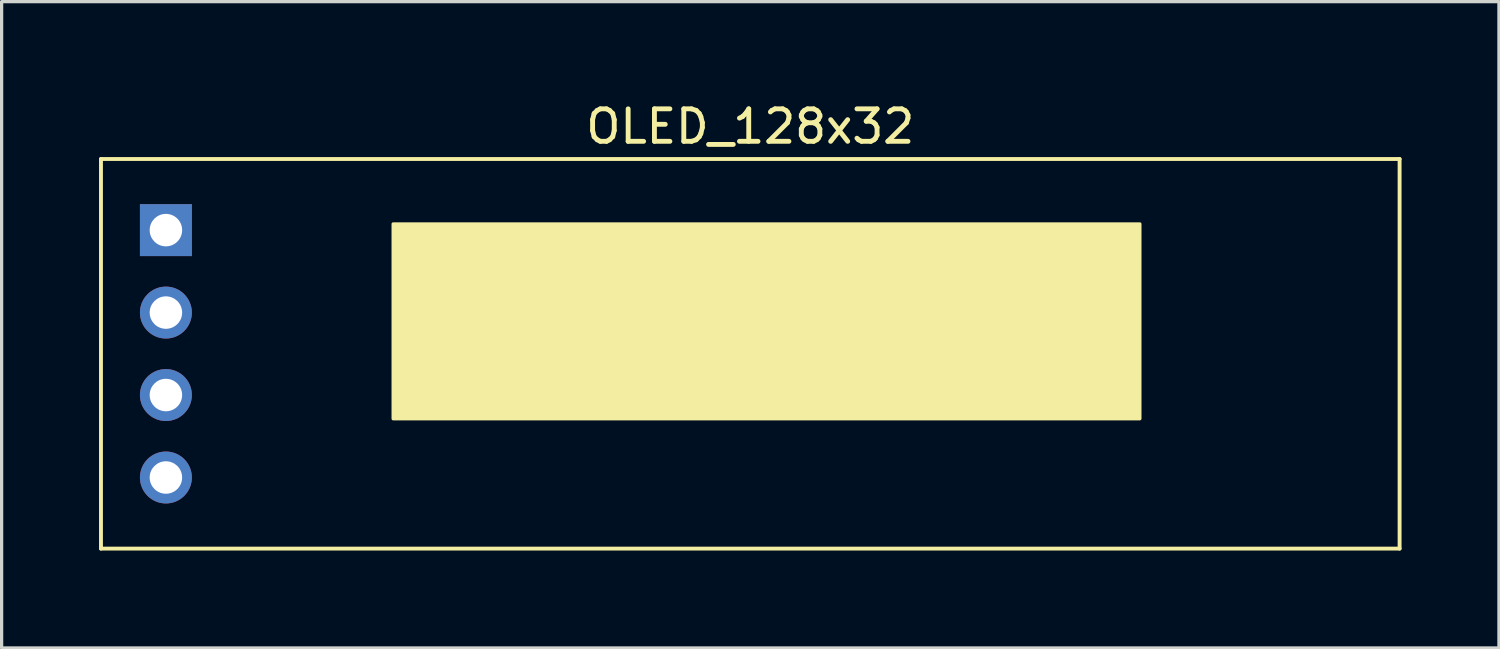
<source format=kicad_pcb>
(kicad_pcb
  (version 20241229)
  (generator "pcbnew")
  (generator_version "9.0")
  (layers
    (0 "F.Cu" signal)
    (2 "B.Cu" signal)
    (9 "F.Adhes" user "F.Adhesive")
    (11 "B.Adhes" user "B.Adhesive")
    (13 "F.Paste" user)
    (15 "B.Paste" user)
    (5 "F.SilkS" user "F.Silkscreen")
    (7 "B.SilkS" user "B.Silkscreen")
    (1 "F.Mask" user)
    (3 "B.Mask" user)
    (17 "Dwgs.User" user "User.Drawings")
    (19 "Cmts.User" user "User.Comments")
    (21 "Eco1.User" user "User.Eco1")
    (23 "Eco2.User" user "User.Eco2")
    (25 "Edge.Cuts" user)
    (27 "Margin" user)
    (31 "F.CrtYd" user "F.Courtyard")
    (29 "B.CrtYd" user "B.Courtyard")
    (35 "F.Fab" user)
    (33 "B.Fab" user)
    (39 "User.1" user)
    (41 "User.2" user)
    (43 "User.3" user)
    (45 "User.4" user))
  (footprint "OLED_128x32"
    (layer "F.Cu")
    (at 20.06 7.848)
    (property "Reference" "OLED_128x32" (at 0 -7 0) (layer "F.SilkS") (effects (font (size 1 1) (thickness 0.15))))
    (attr through_hole)
    (fp_line (start -20 -6) (end 20 -6) (stroke (width 0.12) (type solid)) (layer "F.SilkS"))
    (fp_line (start -20 6) (end -20 -6) (stroke (width 0.12) (type solid)) (layer "F.SilkS"))
    (fp_line (start 20 -6) (end 20 6) (stroke (width 0.12) (type solid)) (layer "F.SilkS"))
    (fp_line (start 20 6) (end -20 6) (stroke (width 0.12) (type solid)) (layer "F.SilkS"))
    (fp_poly (pts (xy 12 2) (xy -11 2) (xy -11 -4) (xy 12 -4)) (stroke (width 0.1) (type solid)) (fill yes) (layer "F.SilkS"))
    (pad "1" thru_hole rect (at -18 -3.81) (size 1.6 1.6) (drill 1) (layers "*.Cu" "*.Mask"))
    (pad "2" thru_hole circle (at -18 -1.27) (size 1.6 1.6) (drill 1) (layers "*.Cu" "*.Mask"))
    (pad "3" thru_hole circle (at -18 1.27) (size 1.6 1.6) (drill 1) (layers "*.Cu" "*.Mask"))
    (pad "4" thru_hole circle (at -18 3.81) (size 1.6 1.6) (drill 1) (layers "*.Cu" "*.Mask")))
  (gr_rect
    (start -3 -3)
    (end 43.12 16.908)
    (stroke (width 0.1) (type default))
    (fill no)
    (layer "Edge.Cuts")))
</source>
